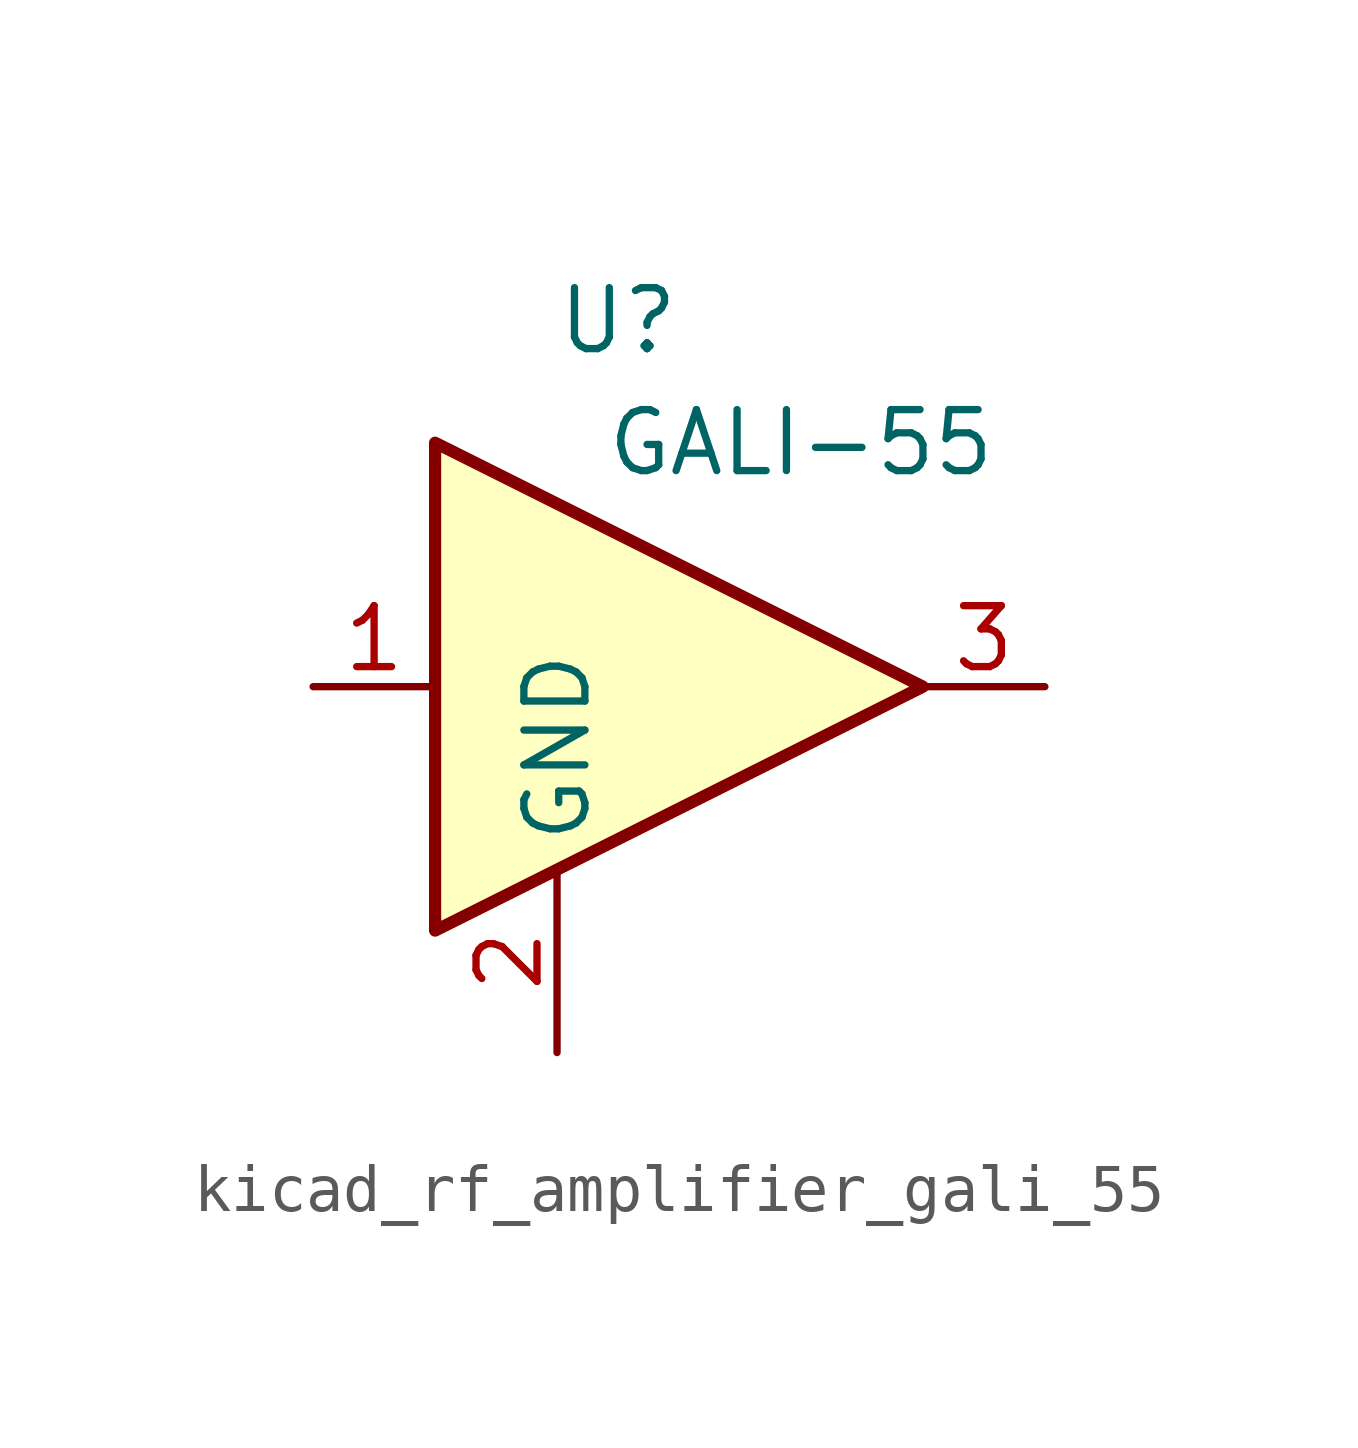
<source format=kicad_sym>
(kicad_symbol_lib
  (version 20220914)
  (generator kicad_symbol_editor)
  (symbol "kicad_rf_amplifier_gali_55"
    (property "Reference" "U"
      (at -1.27 7.62 0)
      (effects (font (size 1.27 1.27))))
    (property "Value" "GALI-55"
      (at 2.54 5.08 0)
      (effects (font (size 1.27 1.27))))
    (symbol "kicad_rf_amplifier_gali_55_0_1"
      (polyline (pts (xy 5.08 0) (xy -5.08 5.08) (xy -5.08 -5.08) (xy 5.08 0)) (stroke (width 0.254) (type default)) (fill (type background))))
    (symbol "kicad_rf_amplifier_gali_55_1_1"
      (pin input line (at -7.62 0 0) (length 2.54) (name "~" (effects (font (size 1.27 1.27)))) (number "1" (effects (font (size 1.27 1.27)))))
      (pin power_in line (at -2.54 -7.62 90) (length 3.81) (name "GND" (effects (font (size 1.27 1.27)))) (number "2" (effects (font (size 1.27 1.27)))))
      (pin output line (at 7.62 0 180) (length 2.54) (name "~" (effects (font (size 1.27 1.27)))) (number "3" (effects (font (size 1.27 1.27))))))))
</source>
